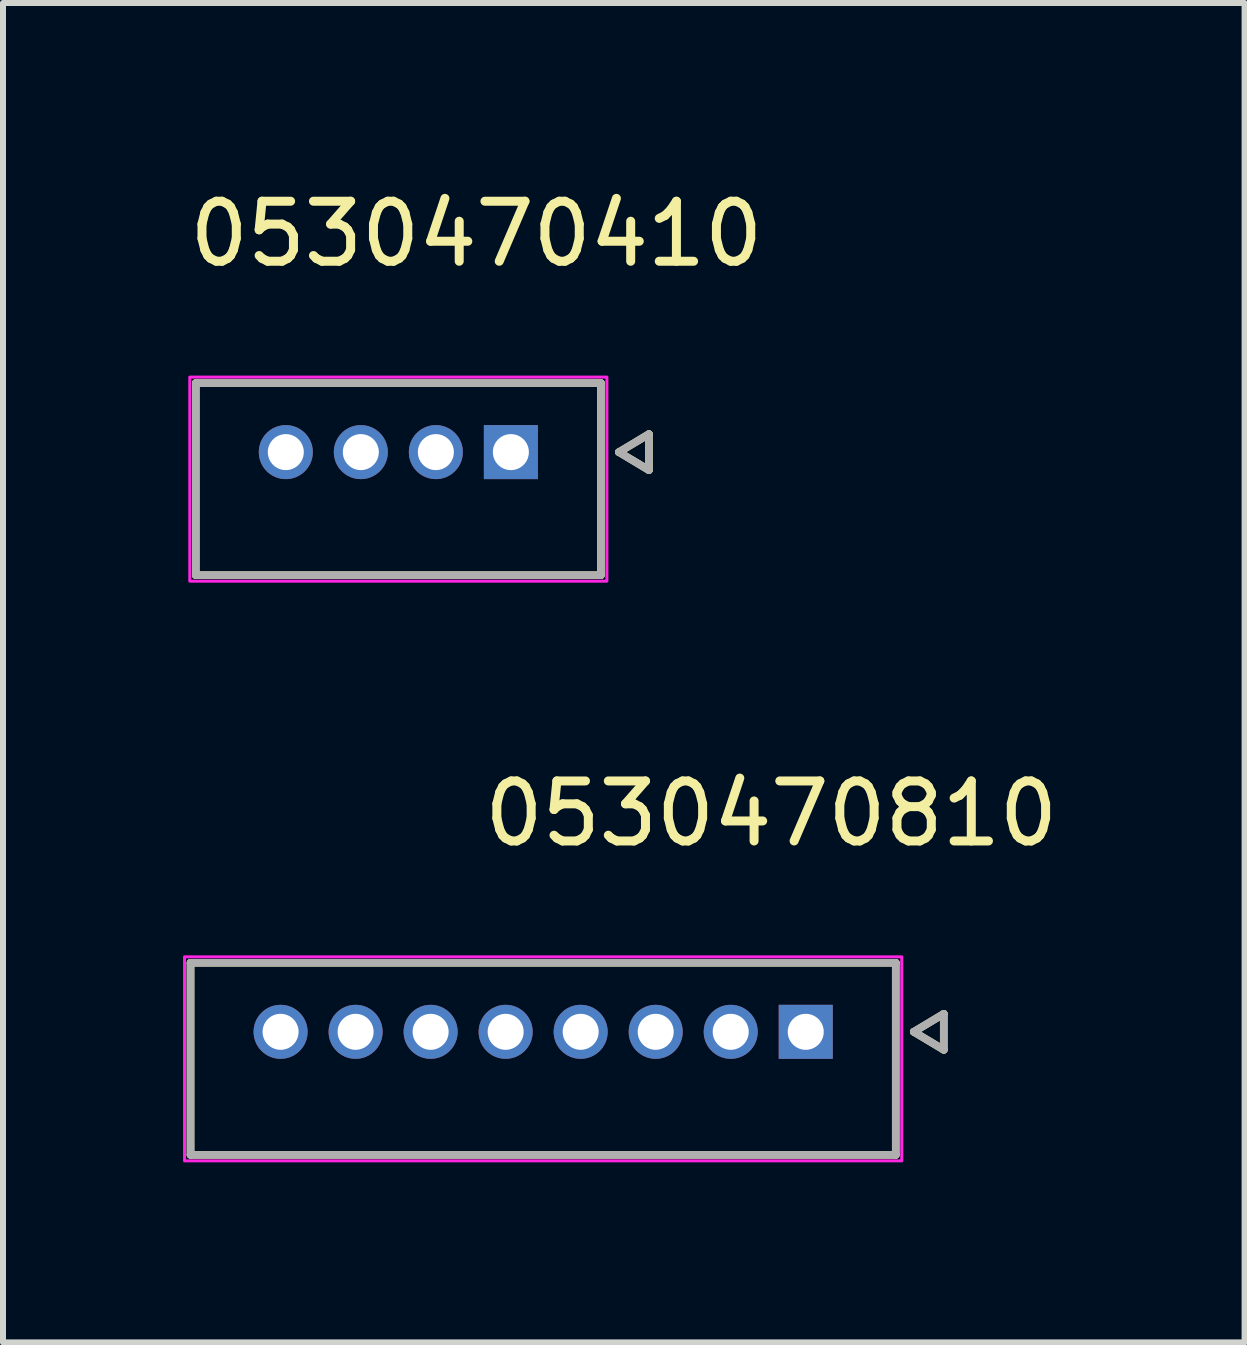
<source format=kicad_pcb>
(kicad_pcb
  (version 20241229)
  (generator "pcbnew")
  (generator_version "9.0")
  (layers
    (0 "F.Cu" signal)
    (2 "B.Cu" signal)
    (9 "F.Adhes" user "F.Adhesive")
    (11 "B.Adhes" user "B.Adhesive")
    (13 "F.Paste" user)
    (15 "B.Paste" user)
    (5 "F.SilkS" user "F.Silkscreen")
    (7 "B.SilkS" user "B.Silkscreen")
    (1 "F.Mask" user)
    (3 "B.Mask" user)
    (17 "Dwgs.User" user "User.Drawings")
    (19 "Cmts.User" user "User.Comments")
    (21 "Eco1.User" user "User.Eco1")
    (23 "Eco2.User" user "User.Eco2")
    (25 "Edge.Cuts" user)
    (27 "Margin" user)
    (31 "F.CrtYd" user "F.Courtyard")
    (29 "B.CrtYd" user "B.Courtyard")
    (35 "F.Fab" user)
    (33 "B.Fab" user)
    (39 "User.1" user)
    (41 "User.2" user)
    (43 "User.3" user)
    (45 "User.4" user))
  (footprint "0530470810"
    (layer "F.Cu")
    (at 10.375 14.142)
    (property "Reference" "0530470810" (at -0.575 -3.635 0) (layer "F.SilkS") (effects (font (size 1 1) (thickness 0.15))))
    (attr through_hole)
    (fp_circle (center -8.75 0) (end -8.499 0) (stroke (width 0.501) (type solid)) (fill no) (layer "F.Mask"))
    (fp_circle (center -7.5 0) (end -7.249 0) (stroke (width 0.501) (type solid)) (fill no) (layer "F.Mask"))
    (fp_circle (center -6.25 0) (end -5.999 0) (stroke (width 0.501) (type solid)) (fill no) (layer "F.Mask"))
    (fp_circle (center -5 0) (end -4.749 0) (stroke (width 0.501) (type solid)) (fill no) (layer "F.Mask"))
    (fp_circle (center -3.75 0) (end -3.499 0) (stroke (width 0.501) (type solid)) (fill no) (layer "F.Mask"))
    (fp_circle (center -2.5 0) (end -2.249 0) (stroke (width 0.501) (type solid)) (fill no) (layer "F.Mask"))
    (fp_circle (center -1.25 0) (end -0.999 0) (stroke (width 0.501) (type solid)) (fill no) (layer "F.Mask"))
    (fp_poly (pts (xy -0.501 -0.501) (xy 0.501 -0.501) (xy 0.501 0.501) (xy -0.501 0.501)) (stroke (width 0.01) (type solid)) (fill yes) (layer "F.Mask"))
    (fp_circle (center -8.75 0) (end -8.499 0) (stroke (width 0.501) (type solid)) (fill no) (layer "B.Mask"))
    (fp_circle (center -7.5 0) (end -7.249 0) (stroke (width 0.501) (type solid)) (fill no) (layer "B.Mask"))
    (fp_circle (center -6.25 0) (end -5.999 0) (stroke (width 0.501) (type solid)) (fill no) (layer "B.Mask"))
    (fp_circle (center -5 0) (end -4.749 0) (stroke (width 0.501) (type solid)) (fill no) (layer "B.Mask"))
    (fp_circle (center -3.75 0) (end -3.499 0) (stroke (width 0.501) (type solid)) (fill no) (layer "B.Mask"))
    (fp_circle (center -2.5 0) (end -2.249 0) (stroke (width 0.501) (type solid)) (fill no) (layer "B.Mask"))
    (fp_circle (center -1.25 0) (end -0.999 0) (stroke (width 0.501) (type solid)) (fill no) (layer "B.Mask"))
    (fp_poly (pts (xy -0.501 -0.501) (xy 0.501 -0.501) (xy 0.501 0.501) (xy -0.501 0.501)) (stroke (width 0.01) (type solid)) (fill yes) (layer "B.Mask"))
    (fp_line (start -10.25 -1.15) (end 1.5 -1.15) (stroke (width 0.127) (type solid)) (layer "F.SilkS"))
    (fp_line (start -10.25 2.05) (end -10.25 -1.15) (stroke (width 0.127) (type solid)) (layer "F.SilkS"))
    (fp_line (start 1.5 -1.15) (end 1.5 2.05) (stroke (width 0.127) (type solid)) (layer "F.SilkS"))
    (fp_line (start 1.5 2.05) (end -10.25 2.05) (stroke (width 0.127) (type solid)) (layer "F.SilkS"))
    (fp_line (start 1.8 0) (end 2.3 -0.3) (stroke (width 0.127) (type solid)) (layer "F.SilkS"))
    (fp_line (start 2.3 -0.3) (end 2.3 0.3) (stroke (width 0.127) (type solid)) (layer "F.SilkS"))
    (fp_line (start 2.3 0.3) (end 1.8 0) (stroke (width 0.127) (type solid)) (layer "F.SilkS"))
    (fp_rect (start -10.35 -1.25) (end 1.6 2.15) (stroke (width 0.05) (type solid)) (fill no) (layer "F.CrtYd"))
    (fp_line (start -10.25 -1.15) (end 1.5 -1.15) (stroke (width 0.127) (type solid)) (layer "F.Fab"))
    (fp_line (start -10.25 2.05) (end -10.25 -1.15) (stroke (width 0.127) (type solid)) (layer "F.Fab"))
    (fp_line (start 1.5 -1.15) (end 1.5 2.05) (stroke (width 0.127) (type solid)) (layer "F.Fab"))
    (fp_line (start 1.5 2.05) (end -10.25 2.05) (stroke (width 0.127) (type solid)) (layer "F.Fab"))
    (fp_line (start 1.8 0) (end 2.3 -0.3) (stroke (width 0.127) (type solid)) (layer "F.Fab"))
    (fp_line (start 2.3 -0.3) (end 2.3 0.3) (stroke (width 0.127) (type solid)) (layer "F.Fab"))
    (fp_line (start 2.3 0.3) (end 1.8 0) (stroke (width 0.127) (type solid)) (layer "F.Fab"))
    (pad "1" thru_hole rect (at 0 0) (size 0.9 0.9) (drill 0.6) (layers "*.Cu"))
    (pad "2" thru_hole circle (at -1.25 0) (size 0.9 0.9) (drill 0.6) (layers "*.Cu"))
    (pad "3" thru_hole circle (at -2.5 0) (size 0.9 0.9) (drill 0.6) (layers "*.Cu"))
    (pad "4" thru_hole circle (at -3.75 0) (size 0.9 0.9) (drill 0.6) (layers "*.Cu"))
    (pad "5" thru_hole circle (at -5 0) (size 0.9 0.9) (drill 0.6) (layers "*.Cu"))
    (pad "6" thru_hole circle (at -6.25 0) (size 0.9 0.9) (drill 0.6) (layers "*.Cu"))
    (pad "7" thru_hole circle (at -7.5 0) (size 0.9 0.9) (drill 0.6) (layers "*.Cu"))
    (pad "8" thru_hole circle (at -8.75 0) (size 0.9 0.9) (drill 0.6) (layers "*.Cu")))
  (footprint "0530470410"
    (layer "F.Cu")
    (at 5.462 4.483)
    (property "Reference" "0530470410" (at -0.575 -3.635 0) (layer "F.SilkS") (effects (font (size 1 1) (thickness 0.15))))
    (attr through_hole)
    (fp_circle (center -3.75 0) (end -3.499 0) (stroke (width 0.501) (type solid)) (fill no) (layer "F.Mask"))
    (fp_circle (center -2.5 0) (end -2.249 0) (stroke (width 0.501) (type solid)) (fill no) (layer "F.Mask"))
    (fp_circle (center -1.25 0) (end -0.999 0) (stroke (width 0.501) (type solid)) (fill no) (layer "F.Mask"))
    (fp_poly (pts (xy -0.501 -0.501) (xy 0.501 -0.501) (xy 0.501 0.501) (xy -0.501 0.501)) (stroke (width 0.01) (type solid)) (fill yes) (layer "F.Mask"))
    (fp_circle (center -3.75 0) (end -3.499 0) (stroke (width 0.501) (type solid)) (fill no) (layer "B.Mask"))
    (fp_circle (center -2.5 0) (end -2.249 0) (stroke (width 0.501) (type solid)) (fill no) (layer "B.Mask"))
    (fp_circle (center -1.25 0) (end -0.999 0) (stroke (width 0.501) (type solid)) (fill no) (layer "B.Mask"))
    (fp_poly (pts (xy -0.501 -0.501) (xy 0.501 -0.501) (xy 0.501 0.501) (xy -0.501 0.501)) (stroke (width 0.01) (type solid)) (fill yes) (layer "B.Mask"))
    (fp_line (start -5.25 -1.15) (end 1.5 -1.15) (stroke (width 0.127) (type solid)) (layer "F.SilkS"))
    (fp_line (start -5.25 2.05) (end -5.25 -1.15) (stroke (width 0.127) (type solid)) (layer "F.SilkS"))
    (fp_line (start 1.5 -1.15) (end 1.5 2.05) (stroke (width 0.127) (type solid)) (layer "F.SilkS"))
    (fp_line (start 1.5 2.05) (end -5.25 2.05) (stroke (width 0.127) (type solid)) (layer "F.SilkS"))
    (fp_line (start 1.8 0) (end 2.3 -0.3) (stroke (width 0.127) (type solid)) (layer "F.SilkS"))
    (fp_line (start 2.3 -0.3) (end 2.3 0.3) (stroke (width 0.127) (type solid)) (layer "F.SilkS"))
    (fp_line (start 2.3 0.3) (end 1.8 0) (stroke (width 0.127) (type solid)) (layer "F.SilkS"))
    (fp_rect (start -5.35 -1.25) (end 1.6 2.15) (stroke (width 0.05) (type solid)) (fill no) (layer "F.CrtYd"))
    (fp_line (start -5.25 -1.15) (end 1.5 -1.15) (stroke (width 0.127) (type solid)) (layer "F.Fab"))
    (fp_line (start -5.25 2.05) (end -5.25 -1.15) (stroke (width 0.127) (type solid)) (layer "F.Fab"))
    (fp_line (start 1.5 -1.15) (end 1.5 2.05) (stroke (width 0.127) (type solid)) (layer "F.Fab"))
    (fp_line (start 1.5 2.05) (end -5.25 2.05) (stroke (width 0.127) (type solid)) (layer "F.Fab"))
    (fp_line (start 1.8 0) (end 2.3 -0.3) (stroke (width 0.127) (type solid)) (layer "F.Fab"))
    (fp_line (start 2.3 -0.3) (end 2.3 0.3) (stroke (width 0.127) (type solid)) (layer "F.Fab"))
    (fp_line (start 2.3 0.3) (end 1.8 0) (stroke (width 0.127) (type solid)) (layer "F.Fab"))
    (pad "1" thru_hole rect (at 0 0) (size 0.9 0.9) (drill 0.6) (layers "*.Cu"))
    (pad "2" thru_hole circle (at -1.25 0) (size 0.9 0.9) (drill 0.6) (layers "*.Cu"))
    (pad "3" thru_hole circle (at -2.5 0) (size 0.9 0.9) (drill 0.6) (layers "*.Cu"))
    (pad "4" thru_hole circle (at -3.75 0) (size 0.9 0.9) (drill 0.6) (layers "*.Cu")))
  (gr_rect
    (start -3 -3)
    (end 17.687 19.317)
    (stroke (width 0.1) (type default))
    (fill no)
    (layer "Edge.Cuts")))
</source>
